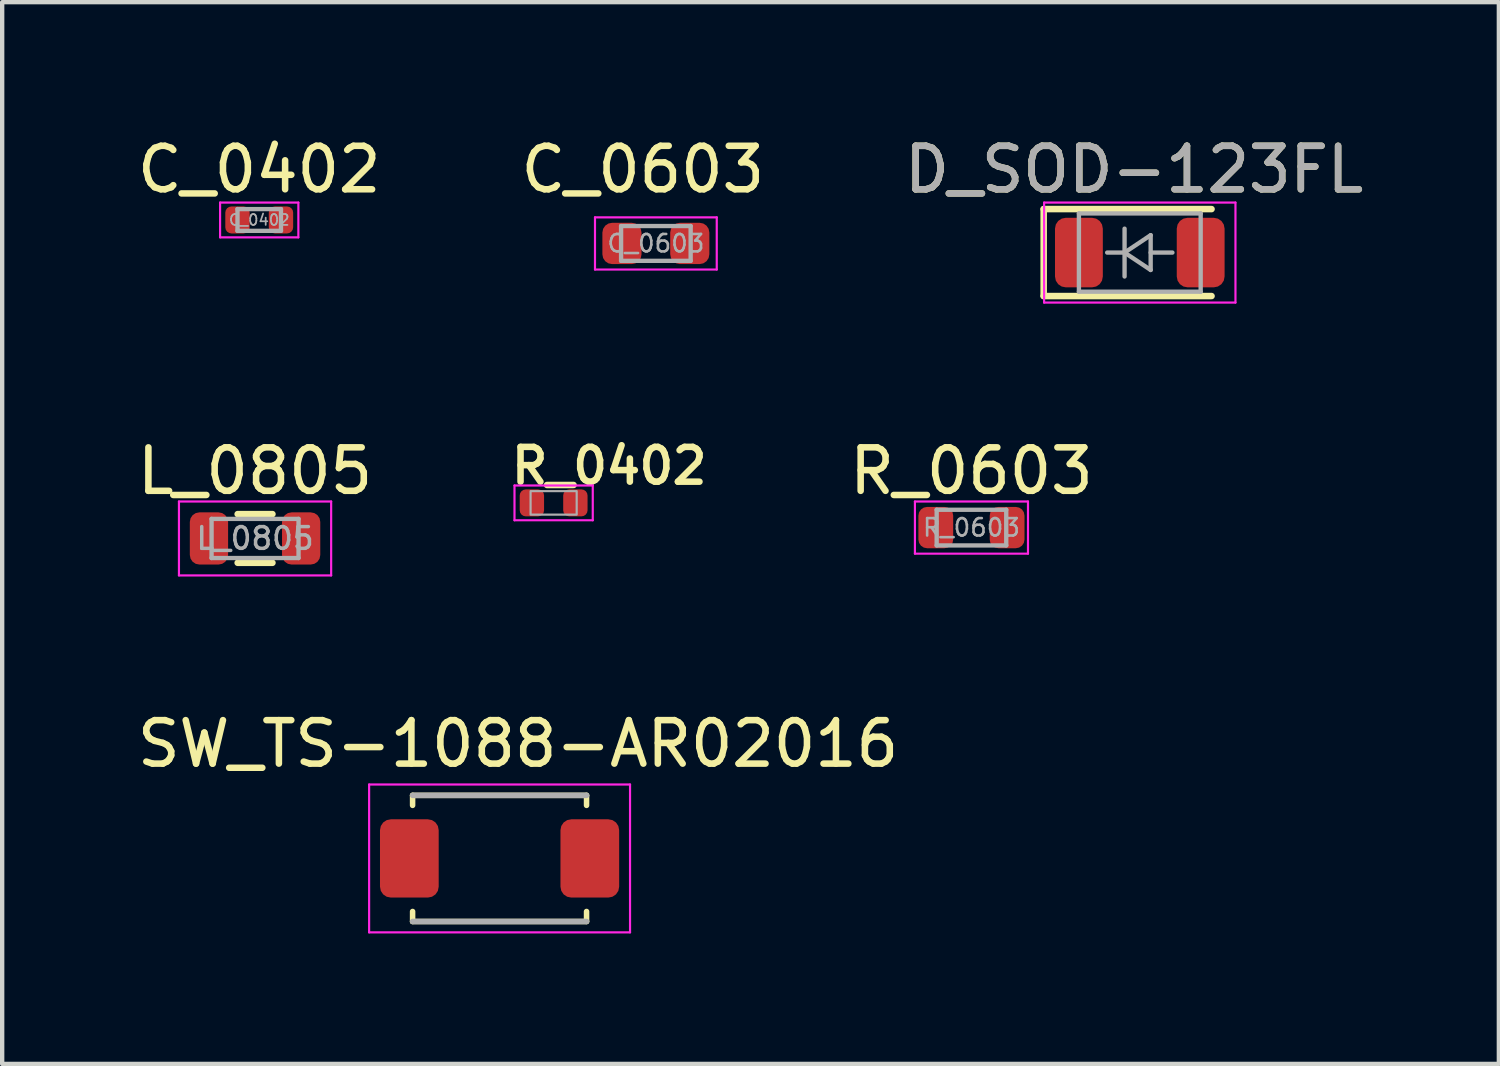
<source format=kicad_pcb>
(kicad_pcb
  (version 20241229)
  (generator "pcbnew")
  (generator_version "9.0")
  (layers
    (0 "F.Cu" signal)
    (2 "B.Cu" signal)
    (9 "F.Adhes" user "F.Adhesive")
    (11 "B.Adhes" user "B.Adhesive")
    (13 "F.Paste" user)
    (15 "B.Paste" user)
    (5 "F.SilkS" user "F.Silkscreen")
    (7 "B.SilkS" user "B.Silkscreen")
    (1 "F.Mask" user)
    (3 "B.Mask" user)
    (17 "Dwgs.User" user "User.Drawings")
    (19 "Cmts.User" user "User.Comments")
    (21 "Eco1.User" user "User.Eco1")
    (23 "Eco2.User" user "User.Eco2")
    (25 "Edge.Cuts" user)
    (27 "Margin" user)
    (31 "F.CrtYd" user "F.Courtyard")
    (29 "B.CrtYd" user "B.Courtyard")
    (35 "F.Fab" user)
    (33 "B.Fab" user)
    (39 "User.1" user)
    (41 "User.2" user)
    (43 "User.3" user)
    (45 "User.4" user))
  (footprint "L_0805"
    (layer "F.Cu")
    (at 2.815 9.332)
    (property "Reference" "L_0805" (at 0 -1.55 0) (layer "F.SilkS") (effects (font (size 1 1) (thickness 0.15))))
    (attr smd)
    (fp_line (start -0.4 -0.56) (end 0.4 -0.56) (stroke (width 0.15) (type solid)) (layer "F.SilkS"))
    (fp_line (start -0.4 0.56) (end 0.4 0.56) (stroke (width 0.15) (type solid)) (layer "F.SilkS"))
    (fp_line (start -1.75 -0.85) (end 1.75 -0.85) (stroke (width 0.05) (type solid)) (layer "F.CrtYd"))
    (fp_line (start -1.75 0.85) (end -1.75 -0.85) (stroke (width 0.05) (type solid)) (layer "F.CrtYd"))
    (fp_line (start 1.75 -0.85) (end 1.75 0.85) (stroke (width 0.05) (type solid)) (layer "F.CrtYd"))
    (fp_line (start 1.75 0.85) (end -1.75 0.85) (stroke (width 0.05) (type solid)) (layer "F.CrtYd"))
    (fp_line (start -1 -0.45) (end 1 -0.45) (stroke (width 0.1) (type solid)) (layer "F.Fab"))
    (fp_line (start -1 0.45) (end -1 -0.45) (stroke (width 0.1) (type solid)) (layer "F.Fab"))
    (fp_line (start 1 -0.45) (end 1 0.45) (stroke (width 0.1) (type solid)) (layer "F.Fab"))
    (fp_line (start 1 0.45) (end -1 0.45) (stroke (width 0.1) (type solid)) (layer "F.Fab"))
    (fp_text user "${REFERENCE}" (at 0 0 0) (layer "F.Fab") (effects (font (size 0.5 0.5) (thickness 0.08))))
    (pad "1" smd roundrect (at -1.06 0) (size 0.88 1.2) (layers "F.Cu" "F.Mask" "F.Paste") (roundrect_rratio 0.25))
    (pad "2" smd roundrect (at 1.06 0) (size 0.88 1.2) (layers "F.Cu" "F.Mask" "F.Paste") (roundrect_rratio 0.25)))
  (footprint "C_0603"
    (layer "F.Cu")
    (at 12.032 2.548)
    (property "Reference" "C_0603" (at -0.3 -1.7 0) (layer "F.SilkS") (effects (font (size 1 1) (thickness 0.15))))
    (attr smd)
    (fp_line (start -1.4 -0.6) (end 1.4 -0.6) (stroke (width 0.05) (type default)) (layer "F.CrtYd"))
    (fp_line (start -1.4 0.6) (end -1.4 -0.6) (stroke (width 0.05) (type default)) (layer "F.CrtYd"))
    (fp_line (start 1.4 -0.6) (end 1.4 0.6) (stroke (width 0.05) (type default)) (layer "F.CrtYd"))
    (fp_line (start 1.4 0.6) (end -1.4 0.6) (stroke (width 0.05) (type default)) (layer "F.CrtYd"))
    (fp_line (start -0.8 -0.4) (end 0.8 -0.4) (stroke (width 0.1) (type solid)) (layer "F.Fab"))
    (fp_line (start -0.8 0.4) (end -0.8 -0.4) (stroke (width 0.1) (type solid)) (layer "F.Fab"))
    (fp_line (start 0.8 -0.4) (end 0.8 0.4) (stroke (width 0.1) (type solid)) (layer "F.Fab"))
    (fp_line (start 0.8 0.4) (end -0.8 0.4) (stroke (width 0.1) (type solid)) (layer "F.Fab"))
    (fp_text user "${REFERENCE}" (at 0 0 0) (layer "F.Fab") (effects (font (size 0.4 0.4) (thickness 0.06))))
    (pad "1" smd roundrect (at -0.78 0) (size 0.9 0.95) (layers "F.Cu" "F.Mask" "F.Paste") (roundrect_rratio 0.25))
    (pad "2" smd roundrect (at 0.78 0) (size 0.9 0.95) (layers "F.Cu" "F.Mask" "F.Paste") (roundrect_rratio 0.25)))
  (footprint "SW_TS-1088-AR02016"
    (layer "F.Cu")
    (at 8.438 16.69)
    (property "Reference" "SW_TS-1088-AR02016" (at 0.425 -2.635 0) (layer "F.SilkS") (effects (font (size 1 1) (thickness 0.15))))
    (attr smd)
    (fp_line (start -2 -1.45) (end 2 -1.45) (stroke (width 0.127) (type solid)) (layer "F.SilkS"))
    (fp_line (start -2 -1.22) (end -2 -1.45) (stroke (width 0.127) (type solid)) (layer "F.SilkS"))
    (fp_line (start -2 1.45) (end -2 1.22) (stroke (width 0.127) (type solid)) (layer "F.SilkS"))
    (fp_line (start 2 -1.45) (end 2 -1.22) (stroke (width 0.127) (type solid)) (layer "F.SilkS"))
    (fp_line (start 2 1.45) (end -2 1.45) (stroke (width 0.127) (type solid)) (layer "F.SilkS"))
    (fp_line (start 2 1.45) (end 2 1.22) (stroke (width 0.127) (type solid)) (layer "F.SilkS"))
    (fp_line (start -3 -1.7) (end -3 1.7) (stroke (width 0.05) (type solid)) (layer "F.CrtYd"))
    (fp_line (start -3 1.7) (end 3 1.7) (stroke (width 0.05) (type solid)) (layer "F.CrtYd"))
    (fp_line (start 3 -1.7) (end -3 -1.7) (stroke (width 0.05) (type solid)) (layer "F.CrtYd"))
    (fp_line (start 3 1.7) (end 3 -1.7) (stroke (width 0.05) (type solid)) (layer "F.CrtYd"))
    (fp_line (start -2 -1.45) (end 2 -1.45) (stroke (width 0.127) (type solid)) (layer "F.Fab"))
    (fp_line (start 2 1.45) (end -2 1.45) (stroke (width 0.127) (type solid)) (layer "F.Fab"))
    (pad "1" smd roundrect (at -2.075 0) (size 1.35 1.8) (layers "F.Cu" "F.Mask" "F.Paste") (roundrect_rratio 0.185))
    (pad "2" smd roundrect (at 2.075 0) (size 1.35 1.8) (layers "F.Cu" "F.Mask" "F.Paste") (roundrect_rratio 0.185)))
  (footprint "R_0402"
    (layer "F.Cu")
    (at 9.681 8.514)
    (property "Reference" "R_0402" (at -1.05 -0.85 0) (layer "F.SilkS") (effects (font (size 0.8 0.8) (thickness 0.15)) (justify left)))
    (fp_line (start -0.9 -0.4) (end -0.9 0.4) (stroke (width 0.05) (type default)) (layer "F.CrtYd"))
    (fp_line (start -0.9 -0.4) (end 0.9 -0.4) (stroke (width 0.05) (type default)) (layer "F.CrtYd"))
    (fp_line (start 0.9 -0.4) (end 0.9 0.4) (stroke (width 0.05) (type default)) (layer "F.CrtYd"))
    (fp_line (start 0.9 0.4) (end -0.9 0.4) (stroke (width 0.05) (type default)) (layer "F.CrtYd"))
    (fp_rect (start -0.53 -0.27) (end 0.53 0.27) (stroke (width 0.05) (type solid)) (fill no) (layer "F.Fab"))
    (pad "1" smd roundrect (at -0.5 0) (size 0.56 0.62) (layers "F.Cu" "F.Mask" "F.Paste") (roundrect_rratio 0.25))
    (pad "2" smd roundrect (at 0.5 0) (size 0.56 0.62) (layers "F.Cu" "F.Mask" "F.Paste") (roundrect_rratio 0.25)))
  (footprint "C_0402"
    (layer "F.Cu")
    (at 2.911 2.008)
    (property "Reference" "C_0402" (at 0 -1.16 0) (layer "F.SilkS") (effects (font (size 1 1) (thickness 0.15))))
    (attr smd)
    (fp_line (start -0.9 -0.4) (end -0.9 0.4) (stroke (width 0.05) (type default)) (layer "F.CrtYd"))
    (fp_line (start -0.9 -0.4) (end 0.9 -0.4) (stroke (width 0.05) (type default)) (layer "F.CrtYd"))
    (fp_line (start 0.9 -0.4) (end 0.9 0.4) (stroke (width 0.05) (type default)) (layer "F.CrtYd"))
    (fp_line (start 0.9 0.4) (end -0.9 0.4) (stroke (width 0.05) (type default)) (layer "F.CrtYd"))
    (fp_line (start -0.5 -0.25) (end 0.5 -0.25) (stroke (width 0.1) (type solid)) (layer "F.Fab"))
    (fp_line (start -0.5 0.25) (end -0.5 -0.25) (stroke (width 0.1) (type solid)) (layer "F.Fab"))
    (fp_line (start 0.5 -0.25) (end 0.5 0.25) (stroke (width 0.1) (type solid)) (layer "F.Fab"))
    (fp_line (start 0.5 0.25) (end -0.5 0.25) (stroke (width 0.1) (type solid)) (layer "F.Fab"))
    (fp_text user "${REFERENCE}" (at 0 0 0) (layer "F.Fab") (effects (font (size 0.25 0.25) (thickness 0.04))))
    (pad "1" smd roundrect (at -0.5 0) (size 0.56 0.62) (layers "F.Cu" "F.Mask" "F.Paste") (roundrect_rratio 0.25))
    (pad "2" smd roundrect (at 0.5 0) (size 0.56 0.62) (layers "F.Cu" "F.Mask" "F.Paste") (roundrect_rratio 0.25)))
  (footprint "R_0603"
    (layer "F.Cu")
    (at 19.289 9.082)
    (property "Reference" "R_0603" (at 0 -1.3 0) (layer "F.SilkS") (effects (font (size 1 1) (thickness 0.15))))
    (attr smd)
    (fp_line (start -1.3 -0.6) (end 1.3 -0.6) (stroke (width 0.05) (type solid)) (layer "F.CrtYd"))
    (fp_line (start -1.3 0.6) (end -1.3 -0.6) (stroke (width 0.05) (type solid)) (layer "F.CrtYd"))
    (fp_line (start 1.3 -0.6) (end 1.3 0.6) (stroke (width 0.05) (type solid)) (layer "F.CrtYd"))
    (fp_line (start 1.3 0.6) (end -1.3 0.6) (stroke (width 0.05) (type solid)) (layer "F.CrtYd"))
    (fp_line (start -0.8 -0.41) (end 0.8 -0.41) (stroke (width 0.1) (type solid)) (layer "F.Fab"))
    (fp_line (start -0.8 0.41) (end -0.8 -0.41) (stroke (width 0.1) (type solid)) (layer "F.Fab"))
    (fp_line (start 0.8 -0.41) (end 0.8 0.41) (stroke (width 0.1) (type solid)) (layer "F.Fab"))
    (fp_line (start 0.8 0.41) (end -0.8 0.41) (stroke (width 0.1) (type solid)) (layer "F.Fab"))
    (fp_text user "${REFERENCE}" (at 0 0 0) (layer "F.Fab") (effects (font (size 0.4 0.4) (thickness 0.06))))
    (pad "1" smd roundrect (at -0.82 0) (size 0.8 0.95) (layers "F.Cu" "F.Mask" "F.Paste") (roundrect_rratio 0.25))
    (pad "2" smd roundrect (at 0.82 0) (size 0.8 0.95) (layers "F.Cu" "F.Mask" "F.Paste") (roundrect_rratio 0.25)))
  (footprint "D_SOD-123FL"
    (layer "F.Cu")
    (at 23.16 2.758)
    (property "Reference" "D_SOD-123FL" (at -0.13 -1.91 0) (layer "F.SilkS") (effects (font (size 1 1) (thickness 0.15))))
    (attr smd)
    (fp_line (start -2.21 -1) (end -2.21 1) (stroke (width 0.15) (type solid)) (layer "F.SilkS"))
    (fp_line (start -2.21 -1) (end 1.65 -1) (stroke (width 0.15) (type solid)) (layer "F.SilkS"))
    (fp_line (start -2.21 1) (end 1.65 1) (stroke (width 0.15) (type solid)) (layer "F.SilkS"))
    (fp_line (start -2.2 -1.15) (end -2.2 1.15) (stroke (width 0.05) (type solid)) (layer "F.CrtYd"))
    (fp_line (start -2.2 -1.15) (end 2.2 -1.15) (stroke (width 0.05) (type solid)) (layer "F.CrtYd"))
    (fp_line (start 2.2 -1.15) (end 2.2 1.15) (stroke (width 0.05) (type solid)) (layer "F.CrtYd"))
    (fp_line (start 2.2 1.15) (end -2.2 1.15) (stroke (width 0.05) (type solid)) (layer "F.CrtYd"))
    (fp_line (start -1.4 -0.9) (end 1.4 -0.9) (stroke (width 0.1) (type solid)) (layer "F.Fab"))
    (fp_line (start -1.4 0.9) (end -1.4 -0.9) (stroke (width 0.1) (type solid)) (layer "F.Fab"))
    (fp_line (start -0.75 0) (end -0.35 0) (stroke (width 0.1) (type solid)) (layer "F.Fab"))
    (fp_line (start -0.35 0) (end -0.35 -0.55) (stroke (width 0.1) (type solid)) (layer "F.Fab"))
    (fp_line (start -0.35 0) (end -0.35 0.55) (stroke (width 0.1) (type solid)) (layer "F.Fab"))
    (fp_line (start -0.35 0) (end 0.25 -0.4) (stroke (width 0.1) (type solid)) (layer "F.Fab"))
    (fp_line (start 0.25 -0.4) (end 0.25 0.4) (stroke (width 0.1) (type solid)) (layer "F.Fab"))
    (fp_line (start 0.25 0) (end 0.75 0) (stroke (width 0.1) (type solid)) (layer "F.Fab"))
    (fp_line (start 0.25 0.4) (end -0.35 0) (stroke (width 0.1) (type solid)) (layer "F.Fab"))
    (fp_line (start 1.4 -0.9) (end 1.4 0.9) (stroke (width 0.1) (type solid)) (layer "F.Fab"))
    (fp_line (start 1.4 0.9) (end -1.4 0.9) (stroke (width 0.1) (type solid)) (layer "F.Fab"))
    (fp_text user "${REFERENCE}" (at -0.13 -1.91 0) (layer "F.Fab") (effects (font (size 1 1) (thickness 0.15))))
    (pad "1" smd roundrect (at -1.4 0) (size 1.1 1.6) (layers "F.Cu" "F.Mask" "F.Paste") (roundrect_rratio 0.227))
    (pad "2" smd roundrect (at 1.4 0) (size 1.1 1.6) (layers "F.Cu" "F.Mask" "F.Paste") (roundrect_rratio 0.227)))
  (gr_rect
    (start -3 -3)
    (end 31.417 21.415)
    (stroke (width 0.1) (type default))
    (fill no)
    (layer "Edge.Cuts")))
</source>
